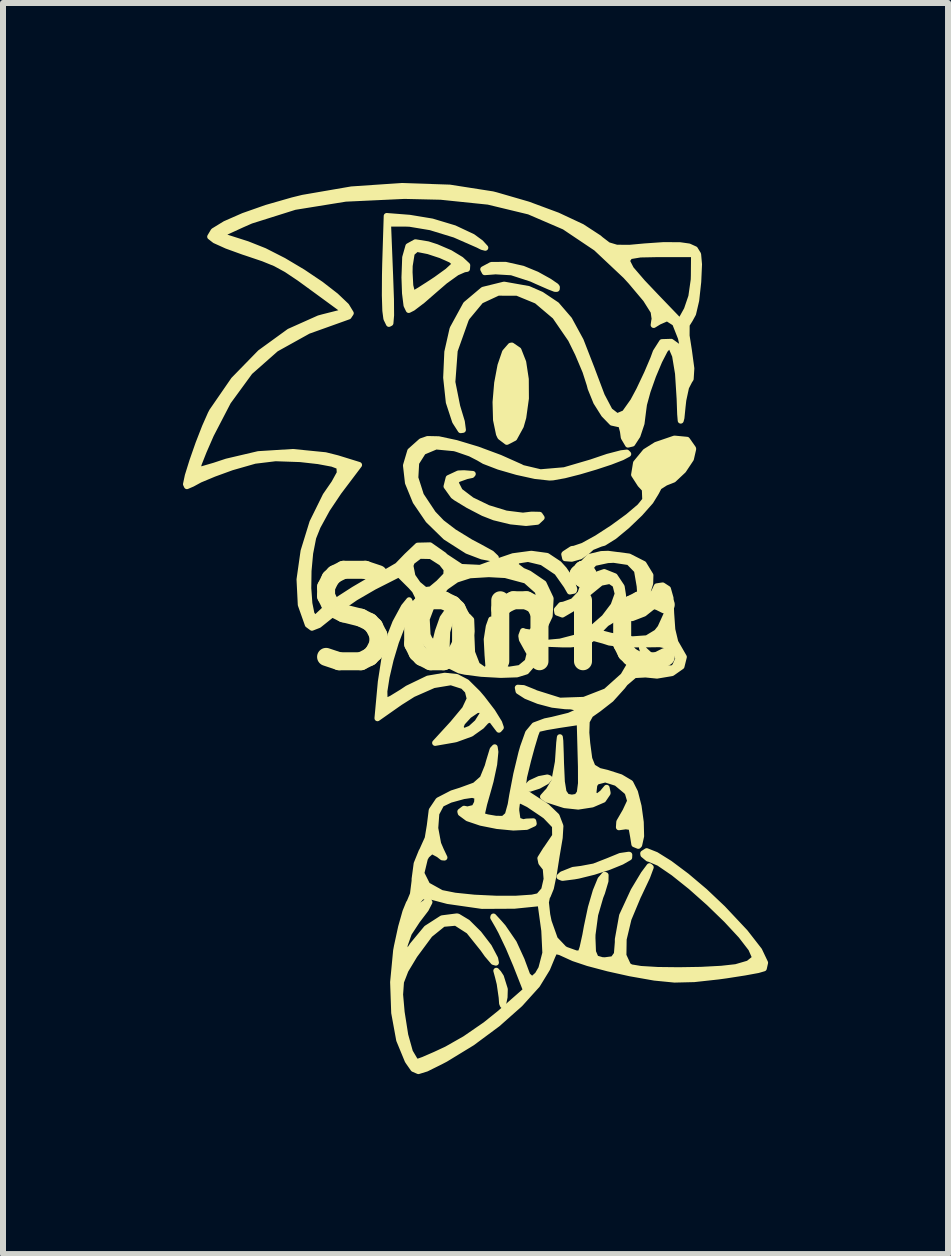
<source format=kicad_pcb>
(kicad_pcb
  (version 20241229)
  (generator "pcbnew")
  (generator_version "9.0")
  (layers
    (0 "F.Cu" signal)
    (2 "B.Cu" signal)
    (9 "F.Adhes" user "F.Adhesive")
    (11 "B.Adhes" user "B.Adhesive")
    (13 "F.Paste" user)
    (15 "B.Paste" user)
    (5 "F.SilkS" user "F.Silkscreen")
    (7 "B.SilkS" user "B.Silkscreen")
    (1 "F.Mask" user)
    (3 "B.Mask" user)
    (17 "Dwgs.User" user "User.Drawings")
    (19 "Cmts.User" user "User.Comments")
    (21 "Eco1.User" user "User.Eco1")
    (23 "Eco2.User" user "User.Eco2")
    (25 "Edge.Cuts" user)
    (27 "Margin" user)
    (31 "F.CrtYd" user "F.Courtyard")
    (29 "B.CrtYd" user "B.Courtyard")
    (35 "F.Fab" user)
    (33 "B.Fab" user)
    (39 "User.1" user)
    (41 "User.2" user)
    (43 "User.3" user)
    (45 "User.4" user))
  (footprint "Sonic"
    (layer "F.Cu")
    (at 5.215 7.281)
    (property "Reference" "Sonic" (at 0 0 0) (layer "F.SilkS") (effects (font (size 1.524 1.524) (thickness 0.3))))
    (attr through_hole)
    (fp_poly (pts (xy 0.889 2.639) (xy 0.846 2.692) (xy 0.713 2.766) (xy 0.565 2.814) (xy 0.508 2.792) (xy 0.577 2.719) (xy 0.723 2.652) (xy 0.857 2.627) (xy 0.889 2.639)) (stroke (width 0.1) (type solid)) (fill yes) (layer "F.SilkS"))
    (fp_poly (pts (xy 0.148 6.155) (xy 0.144 6.289) (xy 0.116 6.423) (xy 0.103 6.391) (xy 0.096 6.293) (xy 0.063 6.064) (xy 0.036 5.955) (xy 0.007 5.848) (xy 0.043 5.887) (xy 0.084 5.95) (xy 0.148 6.155)) (stroke (width 0.1) (type solid)) (fill yes) (layer "F.SilkS"))
    (fp_poly (pts (xy 2.223 3.916) (xy 2.221 3.96) (xy 2.095 4.032) (xy 1.886 4.117) (xy 1.632 4.199) (xy 1.374 4.263) (xy 1.306 4.275) (xy 1.108 4.3) (xy 1.059 4.28) (xy 1.101 4.241) (xy 1.287 4.167) (xy 1.422 4.15) (xy 1.635 4.11) (xy 1.873 4.017) (xy 2.073 3.935) (xy 2.216 3.914) (xy 2.223 3.916)) (stroke (width 0.1) (type solid)) (fill yes) (layer "F.SilkS"))
    (fp_poly (pts (xy 0.5 -3.691) (xy 0.456 -3.374) (xy 0.415 -3.23) (xy 0.306 -3.031) (xy 0.182 -2.967) (xy 0.073 -3.05) (xy 0.051 -3.097) (xy 0.002 -3.332) (xy -0.006 -3.63) (xy 0.021 -3.948) (xy 0.076 -4.24) (xy 0.152 -4.462) (xy 0.244 -4.568) (xy 0.265 -4.572) (xy 0.376 -4.496) (xy 0.455 -4.295) (xy 0.498 -4.012) (xy 0.5 -3.691)) (stroke (width 0.1) (type solid)) (fill yes) (layer "F.SilkS"))
    (fp_poly (pts (xy 1.016 -5.544) (xy 1.014 -5.517) (xy 0.984 -5.517) (xy 0.886 -5.555) (xy 0.683 -5.644) (xy 0.593 -5.685) (xy 0.261 -5.793) (xy -0.011 -5.809) (xy -0.025 -5.807) (xy -0.186 -5.795) (xy -0.211 -5.843) (xy -0.076 -5.915) (xy 0.16 -5.917) (xy 0.448 -5.852) (xy 0.681 -5.756) (xy 0.883 -5.644) (xy 1.002 -5.563) (xy 1.016 -5.544)) (stroke (width 0.1) (type solid)) (fill yes) (layer "F.SilkS"))
    (fp_poly (pts (xy -0.177 -6.202) (xy -0.231 -6.216) (xy -0.296 -6.249) (xy -0.686 -6.42) (xy -1.09 -6.544) (xy -1.437 -6.602) (xy -1.493 -6.604) (xy -1.798 -6.604) (xy -1.764 -5.757) (xy -1.749 -5.341) (xy -1.747 -5.076) (xy -1.758 -4.946) (xy -1.783 -4.933) (xy -1.826 -5.021) (xy -1.826 -5.023) (xy -1.843 -5.153) (xy -1.851 -5.408) (xy -1.849 -5.744) (xy -1.845 -5.933) (xy -1.82 -6.731) (xy -1.439 -6.701) (xy -1.064 -6.639) (xy -0.692 -6.527) (xy -0.388 -6.384) (xy -0.254 -6.286) (xy -0.177 -6.202)) (stroke (width 0.1) (type solid)) (fill yes) (layer "F.SilkS"))
    (fp_poly (pts (xy 0.762 -1.703) (xy 0.689 -1.635) (xy 0.502 -1.615) (xy 0.248 -1.641) (xy -0.028 -1.708) (xy -0.212 -1.78) (xy -0.462 -1.91) (xy -0.669 -2.036) (xy -0.709 -2.066) (xy -0.823 -2.225) (xy -0.788 -2.364) (xy -0.625 -2.44) (xy -0.532 -2.444) (xy -0.386 -2.432) (xy -0.401 -2.414) (xy -0.487 -2.396) (xy -0.635 -2.343) (xy -0.677 -2.295) (xy -0.601 -2.146) (xy -0.404 -1.996) (xy -0.131 -1.864) (xy 0.169 -1.772) (xy 0.45 -1.737) (xy 0.595 -1.754) (xy 0.729 -1.751) (xy 0.762 -1.703)) (stroke (width 0.1) (type solid)) (fill yes) (layer "F.SilkS"))
    (fp_poly (pts (xy 3.288 -2.849) (xy 3.25 -2.683) (xy 3.123 -2.492) (xy 2.959 -2.338) (xy 2.827 -2.286) (xy 2.717 -2.216) (xy 2.669 -2.124) (xy 2.577 -1.974) (xy 2.401 -1.775) (xy 2.184 -1.567) (xy 1.97 -1.39) (xy 1.8 -1.284) (xy 1.748 -1.27) (xy 1.598 -1.21) (xy 1.524 -1.143) (xy 1.406 -1.059) (xy 1.263 -1.019) (xy 1.154 -1.028) (xy 1.139 -1.094) (xy 1.143 -1.101) (xy 1.266 -1.181) (xy 1.304 -1.185) (xy 1.452 -1.235) (xy 1.682 -1.362) (xy 1.947 -1.534) (xy 2.202 -1.72) (xy 2.399 -1.887) (xy 2.489 -1.998) (xy 2.482 -2.177) (xy 2.407 -2.258) (xy 2.303 -2.419) (xy 2.335 -2.614) (xy 2.491 -2.804) (xy 2.669 -2.916) (xy 2.976 -3.021) (xy 3.185 -3.001) (xy 3.286 -2.857) (xy 3.288 -2.849)) (stroke (width 0.1) (type solid)) (fill yes) (layer "F.SilkS"))
    (fp_poly (pts (xy -0.478 -5.909) (xy -0.482 -5.85) (xy -0.53 -5.842) (xy -0.653 -5.788) (xy -0.678 -5.77) (xy -0.678 -5.94) (xy -0.749 -6.001) (xy -0.92 -6.077) (xy -1.126 -6.145) (xy -1.302 -6.18) (xy -1.325 -6.181) (xy -1.403 -6.113) (xy -1.437 -5.901) (xy -1.439 -5.793) (xy -1.427 -5.57) (xy -1.396 -5.444) (xy -1.376 -5.433) (xy -1.272 -5.494) (xy -1.085 -5.614) (xy -0.996 -5.673) (xy -0.805 -5.811) (xy -0.692 -5.915) (xy -0.678 -5.94) (xy -0.678 -5.77) (xy -0.848 -5.648) (xy -1.016 -5.503) (xy -1.224 -5.322) (xy -1.386 -5.199) (xy -1.453 -5.165) (xy -1.49 -5.242) (xy -1.515 -5.444) (xy -1.524 -5.708) (xy -1.512 -6.041) (xy -1.459 -6.228) (xy -1.341 -6.293) (xy -1.133 -6.259) (xy -0.991 -6.213) (xy -0.763 -6.115) (xy -0.582 -6.005) (xy -0.478 -5.909)) (stroke (width 0.1) (type solid)) (fill yes) (layer "F.SilkS"))
    (fp_poly (pts (xy 2.205 -2.764) (xy 2.102 -2.709) (xy 1.908 -2.634) (xy 1.659 -2.552) (xy 1.392 -2.473) (xy 1.144 -2.41) (xy 0.95 -2.375) (xy 0.894 -2.372) (xy 0.655 -2.398) (xy 0.351 -2.465) (xy 0.047 -2.553) (xy -0.195 -2.646) (xy -0.287 -2.7) (xy -0.427 -2.772) (xy -0.65 -2.849) (xy -0.692 -2.861) (xy -0.999 -2.89) (xy -1.213 -2.8) (xy -1.329 -2.617) (xy -1.343 -2.368) (xy -1.25 -2.077) (xy -1.047 -1.771) (xy -0.903 -1.621) (xy -0.699 -1.465) (xy -0.422 -1.295) (xy -0.281 -1.221) (xy -0.074 -1.107) (xy -0.001 -1.037) (xy -0.042 -1.021) (xy -0.233 -1.057) (xy -0.467 -1.146) (xy -0.483 -1.153) (xy -0.838 -1.38) (xy -1.126 -1.661) (xy -1.338 -1.972) (xy -1.466 -2.285) (xy -1.499 -2.574) (xy -1.428 -2.814) (xy -1.245 -2.977) (xy -1.139 -3.014) (xy -0.954 -3.01) (xy -0.661 -2.947) (xy -0.306 -2.84) (xy 0.066 -2.702) (xy 0.409 -2.549) (xy 0.443 -2.531) (xy 0.743 -2.46) (xy 1.141 -2.494) (xy 1.588 -2.625) (xy 1.862 -2.718) (xy 2.089 -2.777) (xy 2.181 -2.788) (xy 2.205 -2.764)) (stroke (width 0.1) (type solid)) (fill yes) (layer "F.SilkS"))
    (fp_poly (pts (xy 0.082 1.794) (xy 0.05 1.83) (xy -0.008 1.754) (xy -0.082 1.655) (xy -0.157 1.682) (xy -0.223 1.754) (xy -0.223 1.571) (xy -0.226 1.496) (xy -0.318 1.503) (xy -0.451 1.593) (xy -0.562 1.714) (xy -0.593 1.791) (xy -0.544 1.86) (xy -0.422 1.811) (xy -0.309 1.708) (xy -0.223 1.571) (xy -0.223 1.754) (xy -0.238 1.771) (xy -0.417 1.898) (xy -0.665 1.988) (xy -0.697 1.995) (xy -1.013 2.05) (xy -0.718 1.728) (xy -0.516 1.485) (xy -0.436 1.315) (xy -0.469 1.184) (xy -0.547 1.104) (xy -0.749 1.039) (xy -1.038 1.087) (xy -1.381 1.238) (xy -1.601 1.377) (xy -1.974 1.639) (xy -1.918 1.032) (xy -1.856 0.631) (xy -1.757 0.251) (xy -1.676 0.044) (xy -1.533 -0.22) (xy -1.446 -0.327) (xy -1.425 -0.283) (xy -1.482 -0.093) (xy -1.565 0.106) (xy -1.666 0.368) (xy -1.755 0.664) (xy -1.822 0.952) (xy -1.859 1.189) (xy -1.856 1.332) (xy -1.834 1.355) (xy -1.74 1.311) (xy -1.562 1.202) (xy -1.474 1.143) (xy -1.134 0.979) (xy -0.853 0.931) (xy -0.653 0.952) (xy -0.488 1.038) (xy -0.304 1.22) (xy -0.23 1.307) (xy -0.059 1.53) (xy 0.054 1.713) (xy 0.082 1.794)) (stroke (width 0.1) (type solid)) (fill yes) (layer "F.SilkS"))
    (fp_poly (pts (xy 3.385 -5.925) (xy 3.372 -5.635) (xy 3.37 -5.616) (xy 3.338 -5.324) (xy 3.302 -5.17) (xy 3.302 -6.096) (xy 2.706 -6.096) (xy 2.407 -6.09) (xy 2.232 -6.061) (xy 2.18 -5.986) (xy 2.251 -5.847) (xy 2.443 -5.624) (xy 2.671 -5.384) (xy 3.07 -4.969) (xy 3.183 -5.173) (xy 3.257 -5.39) (xy 3.297 -5.67) (xy 3.299 -5.736) (xy 3.302 -6.096) (xy 3.302 -5.17) (xy 3.286 -5.102) (xy 3.233 -5.005) (xy 3.179 -4.919) (xy 3.178 -4.736) (xy 3.217 -4.487) (xy 3.257 -4.191) (xy 3.246 -4.016) (xy 3.224 -3.983) (xy 3.169 -3.876) (xy 3.123 -3.662) (xy 3.111 -3.555) (xy 3.092 -3.366) (xy 3.08 -3.321) (xy 3.071 -3.428) (xy 3.062 -3.683) (xy 3.035 -4.106) (xy 2.986 -4.402) (xy 2.92 -4.555) (xy 2.884 -4.572) (xy 2.818 -4.499) (xy 2.723 -4.315) (xy 2.619 -4.068) (xy 2.528 -3.811) (xy 2.468 -3.592) (xy 2.455 -3.496) (xy 2.427 -3.274) (xy 2.359 -3.07) (xy 2.273 -2.938) (xy 2.201 -2.921) (xy 2.131 -3.04) (xy 2.117 -3.143) (xy 2.086 -3.258) (xy 2.039 -3.264) (xy 1.934 -3.287) (xy 1.802 -3.423) (xy 1.672 -3.629) (xy 1.578 -3.861) (xy 1.563 -3.92) (xy 1.492 -4.141) (xy 1.367 -4.437) (xy 1.25 -4.675) (xy 0.987 -5.058) (xy 0.68 -5.318) (xy 0.354 -5.452) (xy 0.035 -5.453) (xy -0.253 -5.319) (xy -0.483 -5.042) (xy -0.502 -5.007) (xy -0.687 -4.487) (xy -0.726 -3.963) (xy -0.645 -3.558) (xy -0.568 -3.303) (xy -0.55 -3.167) (xy -0.587 -3.162) (xy -0.679 -3.305) (xy -0.68 -3.306) (xy -0.785 -3.627) (xy -0.829 -4.037) (xy -0.81 -4.465) (xy -0.725 -4.841) (xy -0.717 -4.862) (xy -0.5 -5.259) (xy -0.213 -5.501) (xy 0.136 -5.587) (xy 0.542 -5.515) (xy 0.757 -5.421) (xy 1.011 -5.251) (xy 1.222 -5.006) (xy 1.413 -4.655) (xy 1.602 -4.169) (xy 1.609 -4.149) (xy 1.764 -3.738) (xy 1.896 -3.487) (xy 2.019 -3.392) (xy 2.146 -3.446) (xy 2.288 -3.646) (xy 2.387 -3.831) (xy 2.519 -4.11) (xy 2.623 -4.354) (xy 2.664 -4.466) (xy 2.768 -4.629) (xy 2.922 -4.634) (xy 3.037 -4.551) (xy 3.104 -4.507) (xy 3.107 -4.589) (xy 3.083 -4.699) (xy 2.986 -4.945) (xy 2.855 -5.029) (xy 2.717 -4.969) (xy 2.629 -4.915) (xy 2.64 -4.992) (xy 2.646 -5.011) (xy 2.628 -5.138) (xy 2.499 -5.343) (xy 2.25 -5.639) (xy 2.163 -5.734) (xy 1.671 -6.197) (xy 1.142 -6.552) (xy 0.552 -6.806) (xy -0.127 -6.97) (xy -0.919 -7.052) (xy -1.524 -7.066) (xy -2.505 -7.02) (xy -3.353 -6.883) (xy -4.083 -6.653) (xy -4.233 -6.587) (xy -4.614 -6.412) (xy -4.144 -6.262) (xy -3.857 -6.148) (xy -3.539 -5.986) (xy -3.218 -5.795) (xy -2.919 -5.594) (xy -2.669 -5.4) (xy -2.493 -5.233) (xy -2.419 -5.111) (xy -2.455 -5.057) (xy -3.128 -4.816) (xy -3.666 -4.517) (xy -4.101 -4.133) (xy -4.464 -3.636) (xy -4.749 -3.087) (xy -4.87 -2.81) (xy -4.952 -2.602) (xy -4.98 -2.502) (xy -4.979 -2.499) (xy -4.892 -2.512) (xy -4.693 -2.57) (xy -4.487 -2.638) (xy -3.959 -2.762) (xy -3.385 -2.798) (xy -2.842 -2.744) (xy -2.643 -2.694) (xy -2.281 -2.582) (xy -2.62 -2.133) (xy -2.813 -1.845) (xy -2.971 -1.556) (xy -3.045 -1.371) (xy -3.096 -1.11) (xy -3.123 -0.817) (xy -3.127 -0.527) (xy -3.109 -0.275) (xy -3.073 -0.097) (xy -3.019 -0.027) (xy -2.973 -0.062) (xy -2.854 -0.174) (xy -2.636 -0.333) (xy -2.369 -0.505) (xy -2.105 -0.66) (xy -1.895 -0.763) (xy -1.867 -0.773) (xy -1.64 -0.905) (xy -1.485 -1.065) (xy -1.304 -1.237) (xy -1.098 -1.242) (xy -0.867 -1.08) (xy -0.847 -1.058) (xy -0.58 -0.882) (xy -0.263 -0.867) (xy 0.031 -0.974) (xy 0.286 -1.061) (xy 0.576 -1.1) (xy 0.595 -1.101) (xy 0.852 -1.066) (xy 1.049 -0.935) (xy 1.136 -0.839) (xy 1.262 -0.654) (xy 1.306 -0.512) (xy 1.299 -0.486) (xy 1.232 -0.473) (xy 1.177 -0.569) (xy 1.019 -0.793) (xy 0.77 -0.96) (xy 0.536 -1.016) (xy 0.351 -0.987) (xy 0.32 -0.914) (xy 0.443 -0.819) (xy 0.552 -0.773) (xy 0.794 -0.608) (xy 0.912 -0.358) (xy 0.896 -0.065) (xy 0.795 0.149) (xy 0.762 0.211) (xy 0.762 -0.212) (xy 0.697 -0.479) (xy 0.498 -0.656) (xy 0.158 -0.747) (xy -0.118 -0.762) (xy -0.434 -0.743) (xy -0.657 -0.671) (xy -0.822 -0.556) (xy -0.822 -0.843) (xy -0.906 -0.95) (xy -1.085 -1.064) (xy -1.27 -1.068) (xy -1.402 -0.968) (xy -1.425 -0.903) (xy -1.391 -0.729) (xy -1.299 -0.596) (xy -1.18 -0.497) (xy -1.084 -0.508) (xy -0.953 -0.617) (xy -0.827 -0.748) (xy -0.822 -0.843) (xy -0.822 -0.556) (xy -0.834 -0.548) (xy -1.046 -0.297) (xy -1.153 -0.013) (xy -1.139 0.25) (xy -1.11 0.314) (xy -1.048 0.395) (xy -1.004 0.345) (xy -0.967 0.192) (xy -0.888 -0.032) (xy -0.778 -0.189) (xy -0.687 -0.249) (xy -0.694 -0.182) (xy -0.716 -0.127) (xy -0.812 0.199) (xy -0.822 0.477) (xy -0.761 0.636) (xy -0.648 0.744) (xy -0.583 0.719) (xy -0.554 0.549) (xy -0.55 0.368) (xy -0.533 0.128) (xy -0.49 -0.028) (xy -0.463 -0.057) (xy -0.412 -0.003) (xy -0.404 0.19) (xy -0.409 0.255) (xy -0.397 0.541) (xy -0.315 0.752) (xy -0.18 0.845) (xy -0.161 0.847) (xy -0.125 0.775) (xy -0.138 0.603) (xy -0.139 0.596) (xy -0.153 0.324) (xy -0.119 0.109) (xy -0.078 -0.006) (xy -0.05 0.001) (xy -0.024 0.146) (xy -0.004 0.339) (xy 0.034 0.614) (xy 0.089 0.761) (xy 0.18 0.822) (xy 0.219 0.83) (xy 0.401 0.802) (xy 0.529 0.696) (xy 0.562 0.561) (xy 0.521 0.487) (xy 0.433 0.328) (xy 0.423 0.265) (xy 0.452 0.186) (xy 0.479 0.197) (xy 0.581 0.213) (xy 0.681 0.106) (xy 0.749 -0.081) (xy 0.762 -0.212) (xy 0.762 0.211) (xy 0.694 0.339) (xy 0.662 0.482) (xy 0.662 0.486) (xy 0.643 0.64) (xy 0.595 0.758) (xy 0.506 0.86) (xy 0.351 0.908) (xy 0.079 0.917) (xy 0.062 0.916) (xy -0.243 0.899) (xy -0.515 0.864) (xy -0.61 0.843) (xy -0.823 0.737) (xy -1.039 0.562) (xy -1.062 0.539) (xy -1.216 0.326) (xy -1.26 0.098) (xy -1.252 -0.034) (xy -1.257 -0.298) (xy -1.352 -0.491) (xy -1.418 -0.564) (xy -1.616 -0.761) (xy -2.032 -0.55) (xy -2.342 -0.37) (xy -2.646 -0.159) (xy -2.756 -0.07) (xy -2.951 0.086) (xy -3.066 0.131) (xy -3.135 0.08) (xy -3.252 -0.251) (xy -3.273 -0.674) (xy -3.206 -1.146) (xy -3.058 -1.626) (xy -2.838 -2.072) (xy -2.695 -2.279) (xy -2.602 -2.448) (xy -2.609 -2.558) (xy -2.726 -2.602) (xy -2.961 -2.646) (xy -3.264 -2.68) (xy -3.268 -2.68) (xy -3.673 -2.694) (xy -4.018 -2.652) (xy -4.403 -2.542) (xy -4.697 -2.435) (xy -4.934 -2.336) (xy -5.059 -2.268) (xy -5.15 -2.229) (xy -5.165 -2.262) (xy -5.135 -2.404) (xy -5.059 -2.648) (xy -4.958 -2.937) (xy -4.849 -3.217) (xy -4.753 -3.434) (xy -4.729 -3.479) (xy -4.369 -4.001) (xy -3.928 -4.453) (xy -3.443 -4.805) (xy -2.951 -5.025) (xy -2.886 -5.043) (xy -2.511 -5.138) (xy -2.97 -5.474) (xy -3.272 -5.694) (xy -3.49 -5.84) (xy -3.675 -5.941) (xy -3.879 -6.024) (xy -4.154 -6.117) (xy -4.212 -6.136) (xy -4.485 -6.235) (xy -4.684 -6.325) (xy -4.762 -6.386) (xy -4.706 -6.48) (xy -4.512 -6.599) (xy -4.209 -6.732) (xy -3.825 -6.867) (xy -3.389 -6.992) (xy -3.218 -7.034) (xy -2.407 -7.174) (xy -1.573 -7.231) (xy -0.771 -7.204) (xy -0.055 -7.092) (xy 0 -7.078) (xy 0.538 -6.922) (xy 1.028 -6.74) (xy 1.434 -6.55) (xy 1.716 -6.366) (xy 1.748 -6.338) (xy 1.87 -6.245) (xy 2.013 -6.202) (xy 2.231 -6.201) (xy 2.48 -6.224) (xy 2.797 -6.246) (xy 3.069 -6.244) (xy 3.217 -6.223) (xy 3.318 -6.177) (xy 3.37 -6.092) (xy 3.385 -5.925)) (stroke (width 0.1) (type solid)) (fill yes) (layer "F.SilkS"))
    (fp_poly (pts (xy 4.486 5.714) (xy 4.465 5.808) (xy 4.369 5.836) (xy 4.146 5.877) (xy 3.838 5.925) (xy 3.706 5.943) (xy 3.305 5.987) (xy 2.977 5.995) (xy 2.642 5.962) (xy 2.235 5.89) (xy 1.866 5.808) (xy 1.534 5.72) (xy 1.295 5.64) (xy 1.242 5.616) (xy 1.071 5.538) (xy 0.982 5.517) (xy 0.98 5.518) (xy 0.939 5.608) (xy 0.864 5.789) (xy 0.856 5.809) (xy 0.824 5.862) (xy 0.824 5.552) (xy 0.806 5.173) (xy 0.804 5.163) (xy 0.743 4.72) (xy 0.308 4.764) (xy -0.232 4.767) (xy -0.803 4.685) (xy -1.072 4.614) (xy -1.235 4.609) (xy -1.354 4.744) (xy -1.36 4.755) (xy -1.427 4.89) (xy -1.403 4.895) (xy -1.282 4.792) (xy -1.145 4.689) (xy -1.108 4.705) (xy -1.168 4.822) (xy -1.312 5.011) (xy -1.451 5.223) (xy -1.52 5.419) (xy -1.522 5.446) (xy -1.514 5.565) (xy -1.474 5.551) (xy -1.387 5.419) (xy -1.156 5.14) (xy -0.898 4.974) (xy -0.65 4.942) (xy -0.632 4.946) (xy -0.473 5.042) (xy -0.286 5.228) (xy -0.117 5.448) (xy -0.013 5.645) (xy 0 5.712) (xy -0.041 5.701) (xy -0.145 5.579) (xy -0.213 5.483) (xy -0.451 5.186) (xy -0.668 5.047) (xy -0.879 5.066) (xy -1.102 5.246) (xy -1.354 5.587) (xy -1.355 5.588) (xy -1.507 5.84) (xy -1.582 6.034) (xy -1.597 6.245) (xy -1.571 6.539) (xy -1.511 6.921) (xy -1.433 7.2) (xy -1.345 7.349) (xy -1.304 7.366) (xy -1.209 7.332) (xy -1.011 7.246) (xy -0.82 7.157) (xy -0.514 6.983) (xy -0.173 6.748) (xy 0.061 6.56) (xy 0.502 6.173) (xy 0.336 5.751) (xy 0.212 5.458) (xy 0.086 5.194) (xy 0.034 5.098) (xy -0.045 4.961) (xy -0.041 4.944) (xy 0.057 5.051) (xy 0.119 5.122) (xy 0.298 5.383) (xy 0.431 5.673) (xy 0.438 5.694) (xy 0.524 5.925) (xy 0.603 5.997) (xy 0.695 5.915) (xy 0.757 5.809) (xy 0.824 5.552) (xy 0.824 5.862) (xy 0.688 6.084) (xy 0.401 6.402) (xy 0.028 6.733) (xy -0.397 7.048) (xy -0.841 7.319) (xy -0.923 7.362) (xy -1.159 7.479) (xy -1.292 7.52) (xy -1.375 7.484) (xy -1.456 7.368) (xy -1.471 7.345) (xy -1.612 7.003) (xy -1.695 6.55) (xy -1.713 6.037) (xy -1.663 5.512) (xy -1.649 5.437) (xy -1.58 5.119) (xy -1.508 4.864) (xy -1.449 4.719) (xy -1.44 4.709) (xy -1.383 4.572) (xy -1.355 4.35) (xy -1.355 4.317) (xy -1.321 4.063) (xy -1.238 3.858) (xy -1.23 3.847) (xy -1.137 3.64) (xy -1.102 3.429) (xy -1.07 3.173) (xy -0.959 3.008) (xy -0.731 2.89) (xy -0.586 2.844) (xy -0.35 2.758) (xy -0.22 2.643) (xy -0.137 2.439) (xy -0.116 2.362) (xy -0.055 2.162) (xy -0.02 2.124) (xy -0.009 2.201) (xy -0.029 2.407) (xy -0.089 2.688) (xy -0.128 2.829) (xy -0.196 3.068) (xy -0.232 3.228) (xy -0.233 3.265) (xy -0.143 3.291) (xy -0.002 3.315) (xy 0.124 3.317) (xy 0.198 3.251) (xy 0.246 3.079) (xy 0.272 2.921) (xy 0.339 2.573) (xy 0.425 2.215) (xy 0.453 2.118) (xy 0.537 1.882) (xy 0.641 1.757) (xy 0.821 1.69) (xy 0.94 1.666) (xy 1.22 1.597) (xy 1.373 1.529) (xy 1.387 1.473) (xy 1.253 1.442) (xy 1.156 1.439) (xy 0.942 1.414) (xy 0.708 1.352) (xy 0.504 1.27) (xy 0.377 1.188) (xy 0.365 1.131) (xy 0.461 1.137) (xy 0.638 1.208) (xy 0.665 1.221) (xy 1.066 1.347) (xy 1.469 1.333) (xy 1.834 1.191) (xy 2.123 0.932) (xy 2.24 0.733) (xy 2.318 0.59) (xy 2.361 0.586) (xy 2.364 0.609) (xy 2.42 0.766) (xy 2.464 0.81) (xy 2.521 0.803) (xy 2.496 0.667) (xy 2.434 0.466) (xy 2.658 0.672) (xy 2.826 0.802) (xy 2.937 0.811) (xy 2.984 0.775) (xy 3.042 0.642) (xy 2.994 0.527) (xy 2.901 0.441) (xy 2.871 0.434) (xy 2.871 -0.329) (xy 2.794 -0.466) (xy 2.721 -0.447) (xy 2.709 -0.388) (xy 2.637 -0.239) (xy 2.468 -0.105) (xy 2.271 -0.029) (xy 2.147 -0.035) (xy 1.978 -0.023) (xy 1.841 0.061) (xy 1.734 0.17) (xy 1.759 0.224) (xy 1.917 0.265) (xy 2.275 0.324) (xy 2.517 0.307) (xy 2.68 0.208) (xy 2.742 0.13) (xy 2.852 -0.112) (xy 2.871 -0.329) (xy 2.871 0.434) (xy 2.734 0.405) (xy 2.449 0.409) (xy 2.433 0.409) (xy 2.137 0.409) (xy 1.89 0.378) (xy 1.791 0.346) (xy 1.622 0.3) (xy 1.566 0.338) (xy 1.458 0.386) (xy 1.242 0.409) (xy 1.117 0.409) (xy 0.72 0.394) (xy 1.071 0.362) (xy 1.339 0.292) (xy 1.592 0.149) (xy 1.807 -0.039) (xy 1.961 -0.242) (xy 2.03 -0.434) (xy 1.992 -0.586) (xy 1.9 -0.649) (xy 1.75 -0.619) (xy 1.539 -0.447) (xy 1.486 -0.392) (xy 1.268 -0.183) (xy 1.108 -0.089) (xy 1.024 -0.12) (xy 1.016 -0.169) (xy 1.084 -0.247) (xy 1.13 -0.254) (xy 1.284 -0.31) (xy 1.408 -0.439) (xy 1.458 -0.581) (xy 1.43 -0.652) (xy 1.384 -0.785) (xy 1.434 -0.922) (xy 1.552 -1.048) (xy 1.756 -1.097) (xy 1.869 -1.101) (xy 2.218 -1.056) (xy 2.461 -0.932) (xy 2.575 -0.745) (xy 2.571 -0.605) (xy 2.522 -0.448) (xy 2.522 -0.806) (xy 2.512 -0.818) (xy 2.461 -0.807) (xy 2.455 -0.762) (xy 2.486 -0.692) (xy 2.512 -0.706) (xy 2.522 -0.806) (xy 2.522 -0.448) (xy 2.502 -0.385) (xy 2.444 -0.325) (xy 2.405 -0.427) (xy 2.396 -0.561) (xy 2.351 -0.824) (xy 2.216 -0.963) (xy 1.964 -1.001) (xy 1.863 -0.996) (xy 1.64 -0.948) (xy 1.543 -0.836) (xy 1.536 -0.807) (xy 1.533 -0.695) (xy 1.608 -0.724) (xy 1.62 -0.734) (xy 1.805 -0.797) (xy 1.98 -0.727) (xy 2.096 -0.553) (xy 2.117 -0.42) (xy 2.134 -0.239) (xy 2.216 -0.179) (xy 2.349 -0.185) (xy 2.54 -0.254) (xy 2.61 -0.407) (xy 2.681 -0.559) (xy 2.779 -0.574) (xy 2.867 -0.517) (xy 2.91 -0.365) (xy 2.921 -0.109) (xy 2.94 0.162) (xy 2.99 0.371) (xy 3.027 0.435) (xy 3.132 0.618) (xy 3.093 0.776) (xy 2.935 0.887) (xy 2.685 0.929) (xy 2.494 0.91) (xy 2.31 0.92) (xy 2.153 1.053) (xy 2.11 1.11) (xy 1.918 1.323) (xy 1.709 1.486) (xy 1.574 1.581) (xy 1.513 1.693) (xy 1.507 1.88) (xy 1.522 2.057) (xy 1.556 2.314) (xy 1.611 2.451) (xy 1.721 2.518) (xy 1.851 2.549) (xy 2.079 2.622) (xy 2.239 2.717) (xy 2.243 2.722) (xy 2.318 2.871) (xy 2.378 3.107) (xy 2.414 3.371) (xy 2.42 3.605) (xy 2.388 3.75) (xy 2.373 3.766) (xy 2.307 3.739) (xy 2.286 3.606) (xy 2.258 3.453) (xy 2.162 3.44) (xy 2.159 3.441) (xy 2.05 3.456) (xy 2.056 3.366) (xy 2.159 3.188) (xy 2.238 3.019) (xy 2.199 2.887) (xy 2.18 2.86) (xy 2.01 2.718) (xy 1.823 2.659) (xy 1.677 2.697) (xy 1.64 2.749) (xy 1.623 2.898) (xy 1.684 2.954) (xy 1.779 2.88) (xy 1.781 2.876) (xy 1.845 2.799) (xy 1.861 2.878) (xy 1.861 2.89) (xy 1.788 2.997) (xy 1.605 3.076) (xy 1.372 3.112) (xy 1.148 3.088) (xy 1.133 3.084) (xy 0.936 3.021) (xy 0.855 2.995) (xy 0.785 2.948) (xy 0.858 2.866) (xy 0.873 2.855) (xy 0.974 2.685) (xy 1.033 2.368) (xy 1.039 2.286) (xy 1.055 2.048) (xy 1.066 1.956) (xy 1.073 2.016) (xy 1.081 2.236) (xy 1.085 2.392) (xy 1.099 2.698) (xy 1.127 2.87) (xy 1.181 2.947) (xy 1.266 2.963) (xy 1.351 2.948) (xy 1.398 2.881) (xy 1.418 2.724) (xy 1.417 2.445) (xy 1.414 2.332) (xy 1.397 1.7) (xy 1.058 1.751) (xy 0.839 1.788) (xy 0.707 1.818) (xy 0.693 1.824) (xy 0.659 1.911) (xy 0.598 2.115) (xy 0.537 2.34) (xy 0.469 2.618) (xy 0.449 2.777) (xy 0.48 2.865) (xy 0.552 2.92) (xy 0.846 3.111) (xy 1.012 3.27) (xy 1.075 3.435) (xy 1.063 3.632) (xy 1.011 3.939) (xy 0.987 4.093) (xy 0.987 3.601) (xy 0.985 3.433) (xy 0.829 3.27) (xy 0.783 3.237) (xy 0.544 3.076) (xy 0.41 3.009) (xy 0.353 3.033) (xy 0.339 3.143) (xy 0.339 3.18) (xy 0.362 3.34) (xy 0.454 3.373) (xy 0.508 3.362) (xy 0.623 3.357) (xy 0.63 3.395) (xy 0.512 3.45) (xy 0.291 3.461) (xy 0.02 3.435) (xy -0.251 3.381) (xy -0.47 3.307) (xy -0.586 3.221) (xy -0.593 3.195) (xy -0.531 3.148) (xy -0.474 3.16) (xy -0.358 3.132) (xy -0.314 3.046) (xy -0.307 2.94) (xy -0.394 2.916) (xy -0.538 2.937) (xy -0.76 2.998) (xy -0.91 3.07) (xy -0.993 3.227) (xy -1.011 3.471) (xy -0.963 3.73) (xy -0.917 3.837) (xy -0.858 3.961) (xy -0.893 3.958) (xy -0.954 3.91) (xy -1.069 3.849) (xy -1.155 3.926) (xy -1.184 3.977) (xy -1.243 4.223) (xy -1.144 4.421) (xy -0.908 4.552) (xy -0.682 4.597) (xy -0.361 4.63) (xy -0.003 4.647) (xy 0.338 4.647) (xy 0.604 4.629) (xy 0.713 4.605) (xy 0.804 4.499) (xy 0.845 4.319) (xy 0.83 4.142) (xy 0.756 4.048) (xy 0.741 3.973) (xy 0.832 3.827) (xy 0.841 3.816) (xy 0.987 3.601) (xy 0.987 4.093) (xy 0.962 4.253) (xy 0.961 4.255) (xy 0.916 4.47) (xy 0.863 4.6) (xy 0.852 4.611) (xy 0.833 4.708) (xy 0.855 4.911) (xy 0.879 5.028) (xy 0.983 5.321) (xy 1.136 5.482) (xy 1.172 5.501) (xy 1.335 5.559) (xy 1.411 5.56) (xy 1.444 5.463) (xy 1.49 5.255) (xy 1.516 5.112) (xy 1.583 4.795) (xy 1.663 4.521) (xy 1.743 4.326) (xy 1.811 4.248) (xy 1.828 4.255) (xy 1.826 4.353) (xy 1.769 4.545) (xy 1.741 4.616) (xy 1.654 4.915) (xy 1.61 5.246) (xy 1.609 5.302) (xy 1.618 5.533) (xy 1.664 5.641) (xy 1.772 5.672) (xy 1.82 5.673) (xy 1.955 5.655) (xy 2.016 5.57) (xy 2.032 5.372) (xy 2.032 5.323) (xy 2.103 4.929) (xy 2.295 4.514) (xy 2.463 4.235) (xy 2.559 4.106) (xy 2.58 4.124) (xy 2.521 4.283) (xy 2.381 4.58) (xy 2.367 4.608) (xy 2.21 4.984) (xy 2.129 5.323) (xy 2.125 5.593) (xy 2.203 5.762) (xy 2.251 5.791) (xy 2.414 5.818) (xy 2.697 5.835) (xy 3.048 5.839) (xy 3.418 5.833) (xy 3.756 5.815) (xy 4 5.788) (xy 4.209 5.727) (xy 4.314 5.643) (xy 4.318 5.624) (xy 4.255 5.48) (xy 4.087 5.262) (xy 3.843 4.999) (xy 3.553 4.718) (xy 3.249 4.448) (xy 2.96 4.217) (xy 2.717 4.051) (xy 2.549 3.98) (xy 2.536 3.979) (xy 2.458 3.914) (xy 2.455 3.892) (xy 2.513 3.855) (xy 2.669 3.917) (xy 2.898 4.06) (xy 3.177 4.269) (xy 3.48 4.525) (xy 3.78 4.809) (xy 4.153 5.206) (xy 4.388 5.508) (xy 4.486 5.714)) (stroke (width 0.1) (type solid)) (fill yes) (layer "F.SilkS")))
  (gr_rect
    (start -3 -3)
    (end 12.75 17.851)
    (stroke (width 0.1) (type default))
    (fill no)
    (layer "Edge.Cuts")))
</source>
